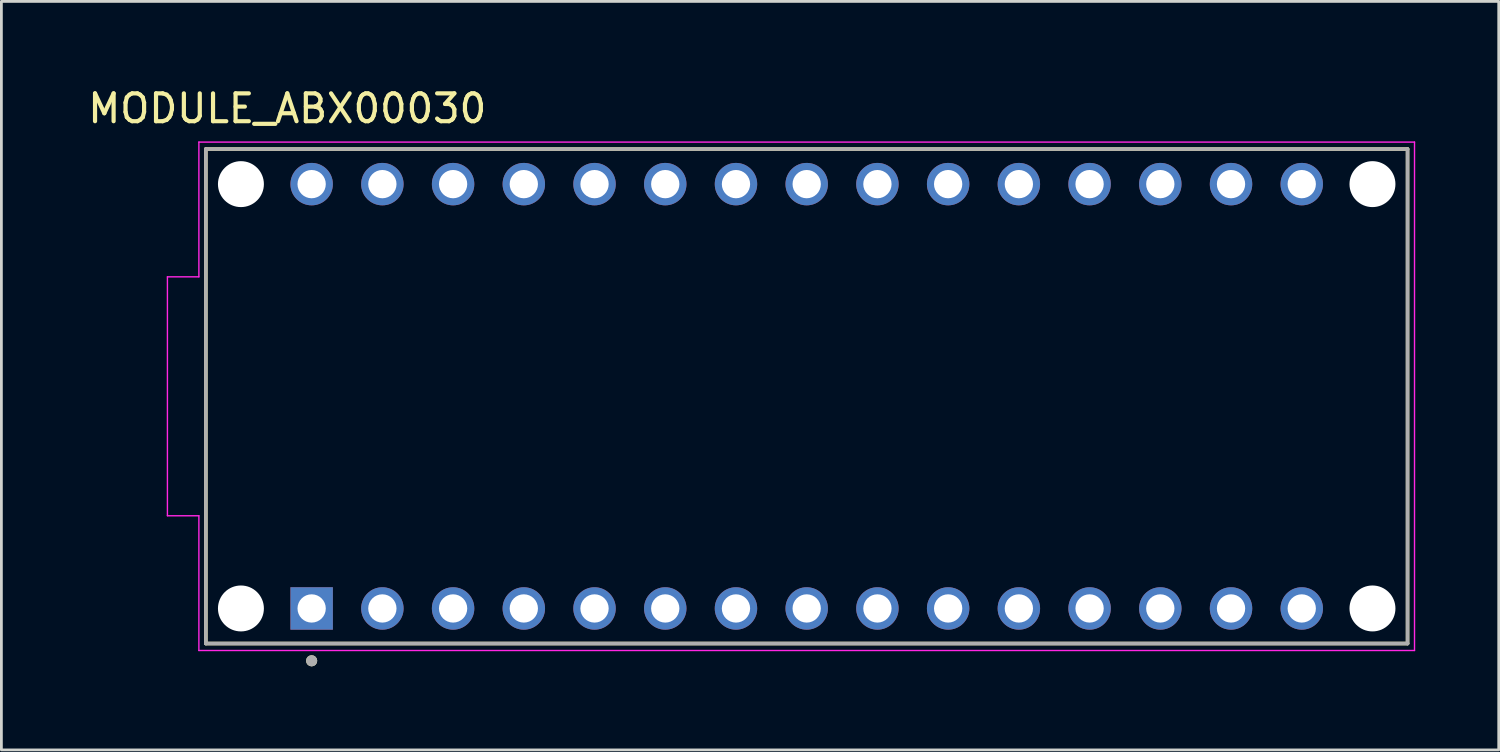
<source format=kicad_pcb>
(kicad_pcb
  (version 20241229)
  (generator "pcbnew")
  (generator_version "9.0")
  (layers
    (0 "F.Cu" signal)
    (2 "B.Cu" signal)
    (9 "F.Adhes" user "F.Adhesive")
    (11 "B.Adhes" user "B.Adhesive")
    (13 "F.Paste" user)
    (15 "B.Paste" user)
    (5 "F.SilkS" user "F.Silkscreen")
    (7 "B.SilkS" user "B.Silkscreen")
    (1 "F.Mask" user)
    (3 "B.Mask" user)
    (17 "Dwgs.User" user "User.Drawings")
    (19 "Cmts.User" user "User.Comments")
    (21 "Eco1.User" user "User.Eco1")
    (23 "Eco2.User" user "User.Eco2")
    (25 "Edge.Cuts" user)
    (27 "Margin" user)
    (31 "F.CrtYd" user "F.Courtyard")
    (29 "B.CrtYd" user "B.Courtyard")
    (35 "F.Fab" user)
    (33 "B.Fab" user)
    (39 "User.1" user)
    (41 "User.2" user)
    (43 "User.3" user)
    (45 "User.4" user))
  (footprint "MODULE_ABX00030"
    (layer "F.Cu")
    (at 25.923 11.183)
    (property "Reference" "MODULE_ABX00030" (at -18.655 -10.335 0) (layer "F.SilkS") (effects (font (size 1 1) (thickness 0.15))))
    (attr through_hole)
    (fp_line (start -21.58 -8.88) (end 21.58 -8.88) (stroke (width 0.127) (type solid)) (layer "F.SilkS"))
    (fp_line (start -21.58 8.88) (end -21.58 -8.88) (stroke (width 0.127) (type solid)) (layer "F.SilkS"))
    (fp_line (start 21.58 -8.88) (end 21.58 8.88) (stroke (width 0.127) (type solid)) (layer "F.SilkS"))
    (fp_line (start 21.58 8.88) (end -21.58 8.88) (stroke (width 0.127) (type solid)) (layer "F.SilkS"))
    (fp_circle (center -17.78 9.5) (end -17.68 9.5) (stroke (width 0.2) (type solid)) (fill no) (layer "F.SilkS"))
    (fp_line (start -22.96 -4.29) (end -21.83 -4.29) (stroke (width 0.05) (type solid)) (layer "F.CrtYd"))
    (fp_line (start -22.96 4.29) (end -22.96 -4.29) (stroke (width 0.05) (type solid)) (layer "F.CrtYd"))
    (fp_line (start -21.83 -9.13) (end 21.83 -9.13) (stroke (width 0.05) (type solid)) (layer "F.CrtYd"))
    (fp_line (start -21.83 -4.29) (end -21.83 -9.13) (stroke (width 0.05) (type solid)) (layer "F.CrtYd"))
    (fp_line (start -21.83 4.29) (end -22.96 4.29) (stroke (width 0.05) (type solid)) (layer "F.CrtYd"))
    (fp_line (start -21.83 9.13) (end -21.83 4.29) (stroke (width 0.05) (type solid)) (layer "F.CrtYd"))
    (fp_line (start 21.83 -9.13) (end 21.83 9.13) (stroke (width 0.05) (type solid)) (layer "F.CrtYd"))
    (fp_line (start 21.83 9.13) (end -21.83 9.13) (stroke (width 0.05) (type solid)) (layer "F.CrtYd"))
    (fp_line (start -21.58 -8.88) (end 21.58 -8.88) (stroke (width 0.127) (type solid)) (layer "F.Fab"))
    (fp_line (start -21.58 8.88) (end -21.58 -8.88) (stroke (width 0.127) (type solid)) (layer "F.Fab"))
    (fp_line (start 21.58 -8.88) (end 21.58 8.88) (stroke (width 0.127) (type solid)) (layer "F.Fab"))
    (fp_line (start 21.58 8.88) (end -21.58 8.88) (stroke (width 0.127) (type solid)) (layer "F.Fab"))
    (fp_circle (center -17.78 9.5) (end -17.68 9.5) (stroke (width 0.2) (type solid)) (fill no) (layer "F.Fab"))
    (pad "" np_thru_hole circle (at -20.32 -7.62) (size 1.65 1.65) (drill 1.65) (layers "*.Cu" "*.Mask"))
    (pad "" np_thru_hole circle (at -20.32 7.62) (size 1.65 1.65) (drill 1.65) (layers "*.Cu" "*.Mask"))
    (pad "" np_thru_hole circle (at 20.32 -7.62) (size 1.65 1.65) (drill 1.65) (layers "*.Cu" "*.Mask"))
    (pad "" np_thru_hole circle (at 20.32 7.62) (size 1.65 1.65) (drill 1.65) (layers "*.Cu" "*.Mask"))
    (pad "1" thru_hole rect (at -17.78 7.62) (size 1.524 1.524) (drill 1.016) (layers "*.Cu" "*.Mask"))
    (pad "2" thru_hole circle (at -15.24 7.62) (size 1.524 1.524) (drill 1.016) (layers "*.Cu" "*.Mask"))
    (pad "3" thru_hole circle (at -12.7 7.62) (size 1.524 1.524) (drill 1.016) (layers "*.Cu" "*.Mask"))
    (pad "4" thru_hole circle (at -10.16 7.62) (size 1.524 1.524) (drill 1.016) (layers "*.Cu" "*.Mask"))
    (pad "5" thru_hole circle (at -7.62 7.62) (size 1.524 1.524) (drill 1.016) (layers "*.Cu" "*.Mask"))
    (pad "6" thru_hole circle (at -5.08 7.62) (size 1.524 1.524) (drill 1.016) (layers "*.Cu" "*.Mask"))
    (pad "7" thru_hole circle (at -2.54 7.62) (size 1.524 1.524) (drill 1.016) (layers "*.Cu" "*.Mask"))
    (pad "8" thru_hole circle (at 0 7.62) (size 1.524 1.524) (drill 1.016) (layers "*.Cu" "*.Mask"))
    (pad "9" thru_hole circle (at 2.54 7.62) (size 1.524 1.524) (drill 1.016) (layers "*.Cu" "*.Mask"))
    (pad "10" thru_hole circle (at 5.08 7.62) (size 1.524 1.524) (drill 1.016) (layers "*.Cu" "*.Mask"))
    (pad "11" thru_hole circle (at 7.62 7.62) (size 1.524 1.524) (drill 1.016) (layers "*.Cu" "*.Mask"))
    (pad "12" thru_hole circle (at 10.16 7.62) (size 1.524 1.524) (drill 1.016) (layers "*.Cu" "*.Mask"))
    (pad "13" thru_hole circle (at 12.7 7.62) (size 1.524 1.524) (drill 1.016) (layers "*.Cu" "*.Mask"))
    (pad "14" thru_hole circle (at 15.24 7.62) (size 1.524 1.524) (drill 1.016) (layers "*.Cu" "*.Mask"))
    (pad "15" thru_hole circle (at 17.78 7.62) (size 1.524 1.524) (drill 1.016) (layers "*.Cu" "*.Mask"))
    (pad "16" thru_hole circle (at 17.78 -7.62) (size 1.524 1.524) (drill 1.016) (layers "*.Cu" "*.Mask"))
    (pad "17" thru_hole circle (at 15.24 -7.62) (size 1.524 1.524) (drill 1.016) (layers "*.Cu" "*.Mask"))
    (pad "18" thru_hole circle (at 12.7 -7.62) (size 1.524 1.524) (drill 1.016) (layers "*.Cu" "*.Mask"))
    (pad "19" thru_hole circle (at 10.16 -7.62) (size 1.524 1.524) (drill 1.016) (layers "*.Cu" "*.Mask"))
    (pad "20" thru_hole circle (at 7.62 -7.62) (size 1.524 1.524) (drill 1.016) (layers "*.Cu" "*.Mask"))
    (pad "21" thru_hole circle (at 5.08 -7.62) (size 1.524 1.524) (drill 1.016) (layers "*.Cu" "*.Mask"))
    (pad "22" thru_hole circle (at 2.54 -7.62) (size 1.524 1.524) (drill 1.016) (layers "*.Cu" "*.Mask"))
    (pad "23" thru_hole circle (at 0 -7.62) (size 1.524 1.524) (drill 1.016) (layers "*.Cu" "*.Mask"))
    (pad "24" thru_hole circle (at -2.54 -7.62) (size 1.524 1.524) (drill 1.016) (layers "*.Cu" "*.Mask"))
    (pad "25" thru_hole circle (at -5.08 -7.62) (size 1.524 1.524) (drill 1.016) (layers "*.Cu" "*.Mask"))
    (pad "26" thru_hole circle (at -7.62 -7.62) (size 1.524 1.524) (drill 1.016) (layers "*.Cu" "*.Mask"))
    (pad "27" thru_hole circle (at -10.16 -7.62) (size 1.524 1.524) (drill 1.016) (layers "*.Cu" "*.Mask"))
    (pad "28" thru_hole circle (at -12.7 -7.62) (size 1.524 1.524) (drill 1.016) (layers "*.Cu" "*.Mask"))
    (pad "29" thru_hole circle (at -15.24 -7.62) (size 1.524 1.524) (drill 1.016) (layers "*.Cu" "*.Mask"))
    (pad "30" thru_hole circle (at -17.78 -7.62) (size 1.524 1.524) (drill 1.016) (layers "*.Cu" "*.Mask")))
  (gr_rect
    (start -3 -3)
    (end 50.778 23.883)
    (stroke (width 0.1) (type default))
    (fill no)
    (layer "Edge.Cuts")))
</source>
